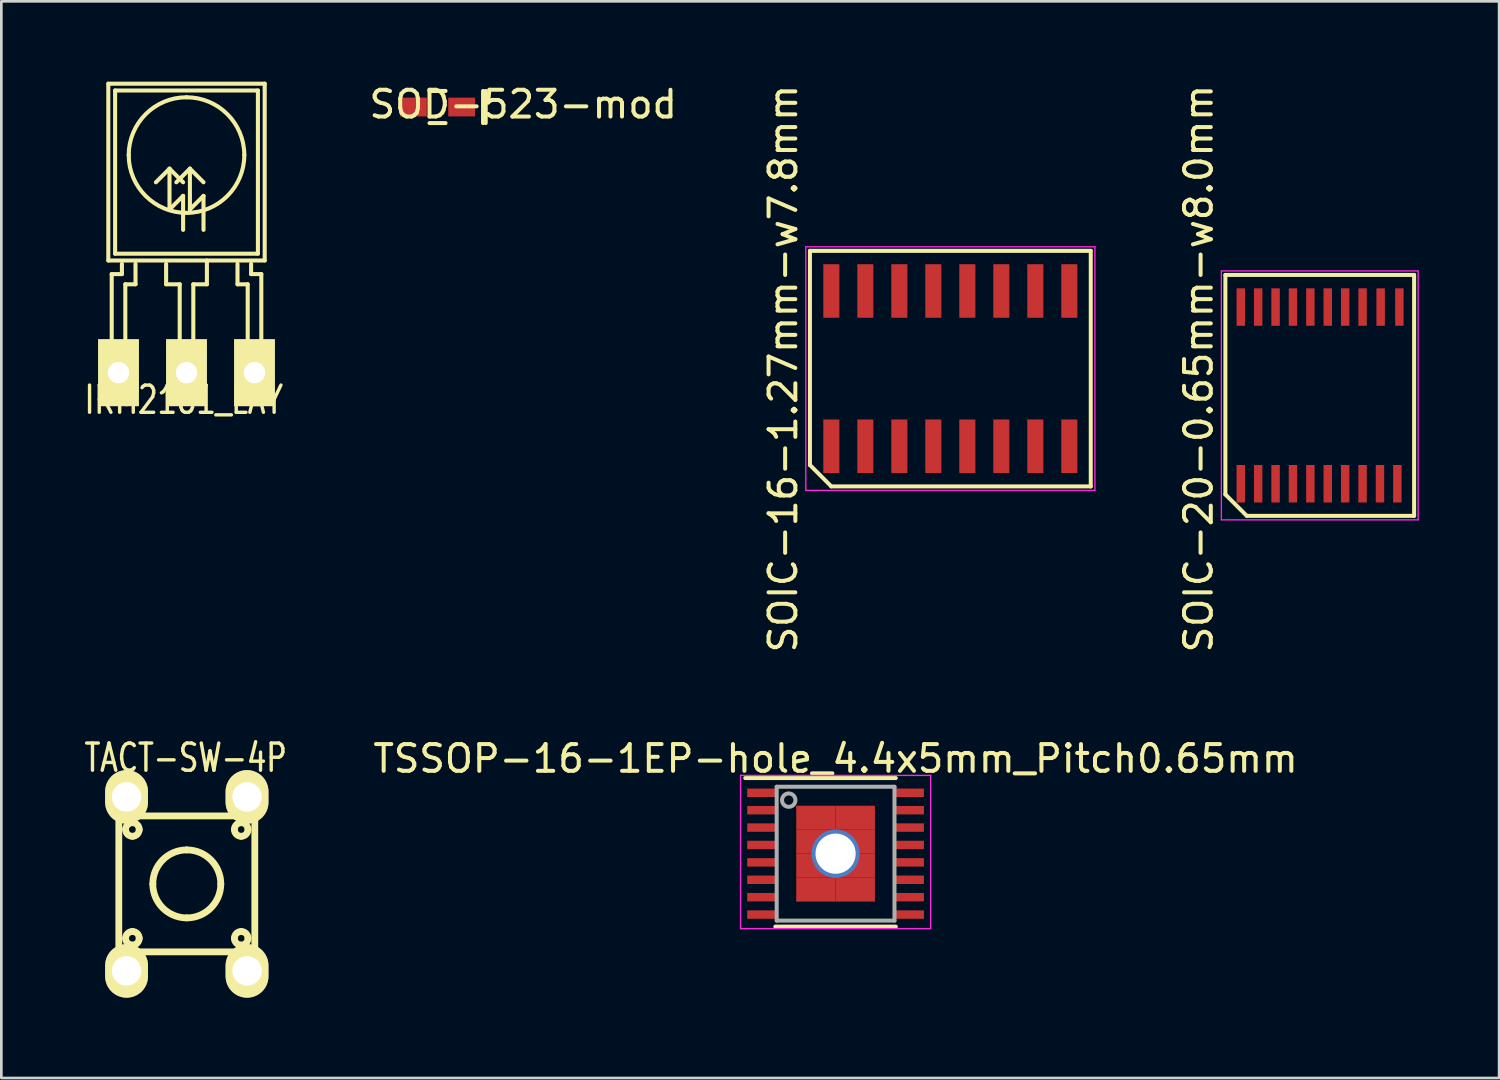
<source format=kicad_pcb>
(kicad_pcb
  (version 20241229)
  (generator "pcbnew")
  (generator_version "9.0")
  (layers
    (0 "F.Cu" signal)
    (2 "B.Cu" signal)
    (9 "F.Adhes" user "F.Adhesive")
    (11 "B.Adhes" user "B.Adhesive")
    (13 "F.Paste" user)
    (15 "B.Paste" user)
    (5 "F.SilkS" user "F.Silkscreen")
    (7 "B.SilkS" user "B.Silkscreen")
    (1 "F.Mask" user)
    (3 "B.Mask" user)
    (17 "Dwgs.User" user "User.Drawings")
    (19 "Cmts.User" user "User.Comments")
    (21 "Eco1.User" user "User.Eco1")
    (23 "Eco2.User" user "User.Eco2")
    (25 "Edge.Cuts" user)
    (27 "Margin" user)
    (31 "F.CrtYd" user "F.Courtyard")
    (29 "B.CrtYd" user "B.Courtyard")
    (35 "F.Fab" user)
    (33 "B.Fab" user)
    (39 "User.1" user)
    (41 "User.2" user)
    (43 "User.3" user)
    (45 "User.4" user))
  (footprint "TSSOP-16-1EP-hole_4.4x5mm_Pitch0.65mm"
    (layer "F.Cu")
    (at 28.163 28.839)
    (property "Reference" "TSSOP-16-1EP-hole_4.4x5mm_Pitch0.65mm" (at 0 -3.55 0) (layer "F.SilkS") (effects (font (size 1 1) (thickness 0.15))))
    (attr smd)
    (fp_line (start -3.375 -2.825) (end 2.25 -2.825) (stroke (width 0.15) (type solid)) (layer "F.SilkS"))
    (fp_line (start -2.25 2.725) (end 2.25 2.725) (stroke (width 0.15) (type solid)) (layer "F.SilkS"))
    (fp_line (start -3.55 -2.925) (end -3.55 2.8) (stroke (width 0.05) (type solid)) (layer "F.CrtYd"))
    (fp_line (start -3.55 -2.925) (end 3.55 -2.925) (stroke (width 0.05) (type solid)) (layer "F.CrtYd"))
    (fp_line (start -3.55 2.8) (end 3.55 2.8) (stroke (width 0.05) (type solid)) (layer "F.CrtYd"))
    (fp_line (start 3.55 -2.925) (end 3.55 2.8) (stroke (width 0.05) (type solid)) (layer "F.CrtYd"))
    (fp_line (start -2.2 -2.5) (end 2.2 -2.5) (stroke (width 0.15) (type solid)) (layer "F.Fab"))
    (fp_line (start -2.2 2.5) (end -2.2 -2.5) (stroke (width 0.15) (type solid)) (layer "F.Fab"))
    (fp_line (start 2.2 -2.5) (end 2.2 2.5) (stroke (width 0.15) (type solid)) (layer "F.Fab"))
    (fp_line (start 2.2 2.5) (end -2.2 2.5) (stroke (width 0.15) (type solid)) (layer "F.Fab"))
    (fp_circle (center -1.75 -2) (end -2 -2) (stroke (width 0.15) (type solid)) (fill no) (layer "F.Fab"))
    (pad "1" smd rect (at -2.775 -2.275) (size 1.05 0.315) (layers "F.Cu" "F.Mask" "F.Paste"))
    (pad "2" smd rect (at -2.775 -1.625) (size 1.05 0.315) (layers "F.Cu" "F.Mask" "F.Paste"))
    (pad "3" smd rect (at -2.775 -0.975) (size 1.05 0.315) (layers "F.Cu" "F.Mask" "F.Paste"))
    (pad "4" smd rect (at -2.775 -0.325) (size 1.05 0.315) (layers "F.Cu" "F.Mask" "F.Paste"))
    (pad "5" smd rect (at -2.775 0.325) (size 1.05 0.315) (layers "F.Cu" "F.Mask" "F.Paste"))
    (pad "6" smd rect (at -2.775 0.975) (size 1.05 0.315) (layers "F.Cu" "F.Mask" "F.Paste"))
    (pad "7" smd rect (at -2.775 1.625) (size 1.05 0.315) (layers "F.Cu" "F.Mask" "F.Paste"))
    (pad "8" smd rect (at -2.775 2.275) (size 1.05 0.315) (layers "F.Cu" "F.Mask" "F.Paste"))
    (pad "9" smd rect (at 2.775 2.275) (size 1.05 0.315) (layers "F.Cu" "F.Mask" "F.Paste"))
    (pad "10" smd rect (at 2.775 1.625) (size 1.05 0.315) (layers "F.Cu" "F.Mask" "F.Paste"))
    (pad "11" smd rect (at 2.775 0.975) (size 1.05 0.315) (layers "F.Cu" "F.Mask" "F.Paste"))
    (pad "12" smd rect (at 2.775 0.325) (size 1.05 0.315) (layers "F.Cu" "F.Mask" "F.Paste"))
    (pad "13" smd rect (at 2.775 -0.325) (size 1.05 0.315) (layers "F.Cu" "F.Mask" "F.Paste"))
    (pad "14" smd rect (at 2.775 -0.975) (size 1.05 0.315) (layers "F.Cu" "F.Mask" "F.Paste"))
    (pad "15" smd rect (at 2.775 -1.625) (size 1.05 0.315) (layers "F.Cu" "F.Mask" "F.Paste"))
    (pad "16" smd rect (at 2.775 -2.275) (size 1.05 0.315) (layers "F.Cu" "F.Mask" "F.Paste"))
    (pad "17" smd rect (at -0.735 -1.343) (size 1.47 0.895) (layers "F.Cu" "F.Mask" "F.Paste"))
    (pad "17" smd rect (at -0.735 -0.448) (size 1.47 0.895) (layers "F.Cu" "F.Mask" "F.Paste"))
    (pad "17" smd rect (at -0.735 0.448) (size 1.47 0.895) (layers "F.Cu" "F.Mask" "F.Paste"))
    (pad "17" smd rect (at -0.735 1.343) (size 1.47 0.895) (layers "F.Cu" "F.Mask" "F.Paste"))
    (pad "17" thru_hole circle (at 0 0) (size 1.8 1.8) (drill 1.5) (layers "*.Cu" "*.Mask"))
    (pad "17" smd rect (at 0.735 -1.343) (size 1.47 0.895) (layers "F.Cu" "F.Mask" "F.Paste"))
    (pad "17" smd rect (at 0.735 -0.448) (size 1.47 0.895) (layers "F.Cu" "F.Mask" "F.Paste"))
    (pad "17" smd rect (at 0.735 0.448) (size 1.47 0.895) (layers "F.Cu" "F.Mask" "F.Paste"))
    (pad "17" smd rect (at 0.735 1.343) (size 1.47 0.895) (layers "F.Cu" "F.Mask" "F.Paste")))
  (footprint "SOD-523-mod"
    (layer "F.Cu")
    (at 13.294 0.948)
    (property "Reference" "SOD-523-mod" (at 3.2 -0.1 0) (layer "F.SilkS") (effects (font (size 1 1) (thickness 0.15))))
    (attr smd)
    (fp_line (start -0.3 -0.6) (end 0.3 -0.6) (stroke (width 0.15) (type solid)) (layer "F.SilkS"))
    (fp_line (start -0.3 0.6) (end 0.3 0.6) (stroke (width 0.15) (type solid)) (layer "F.SilkS"))
    (fp_line (start 1.7 -0.6) (end 1.7 0.6) (stroke (width 0.15) (type solid)) (layer "F.SilkS"))
    (fp_line (start 1.8 -0.6) (end 1.8 0.6) (stroke (width 0.15) (type solid)) (layer "F.SilkS"))
    (pad "1" smd rect (at 0.9 0) (size 1 0.7) (layers "F.Cu" "F.Mask" "F.Paste"))
    (pad "2" smd rect (at -0.9 0) (size 1 0.7) (layers "F.Cu" "F.Mask" "F.Paste")))
  (footprint "IRM2161_LAY"
    (layer "F.Cu")
    (at 3.917 10.871)
    (property "Reference" "IRM2161_LAY" (at -0.102 1.016 0) (layer "F.SilkS") (effects (font (size 1.016 0.762) (thickness 0.127))))
    (attr through_hole)
    (fp_line (start -2.921 -10.795) (end -2.921 -4.191) (stroke (width 0.152) (type solid)) (layer "F.SilkS"))
    (fp_line (start -2.921 -10.795) (end 2.921 -10.795) (stroke (width 0.152) (type solid)) (layer "F.SilkS"))
    (fp_line (start -2.921 -4.191) (end 2.921 -4.191) (stroke (width 0.152) (type solid)) (layer "F.SilkS"))
    (fp_line (start -2.794 -3.683) (end -2.413 -3.683) (stroke (width 0.152) (type solid)) (layer "F.SilkS"))
    (fp_line (start -2.794 -0.762) (end -2.794 -3.683) (stroke (width 0.152) (type solid)) (layer "F.SilkS"))
    (fp_line (start -2.667 -10.541) (end 2.667 -10.541) (stroke (width 0.152) (type solid)) (layer "F.SilkS"))
    (fp_line (start -2.667 -4.445) (end -2.667 -10.541) (stroke (width 0.152) (type solid)) (layer "F.SilkS"))
    (fp_line (start -2.413 -3.683) (end -2.413 -4.064) (stroke (width 0.152) (type solid)) (layer "F.SilkS"))
    (fp_line (start -2.286 -3.302) (end -1.905 -3.302) (stroke (width 0.152) (type solid)) (layer "F.SilkS"))
    (fp_line (start -2.286 -0.762) (end -2.286 -3.302) (stroke (width 0.152) (type solid)) (layer "F.SilkS"))
    (fp_line (start -1.905 -3.302) (end -1.905 -4.064) (stroke (width 0.152) (type solid)) (layer "F.SilkS"))
    (fp_line (start -0.762 -3.302) (end -0.762 -4.064) (stroke (width 0.152) (type solid)) (layer "F.SilkS"))
    (fp_line (start -0.635 -7.62) (end -1.143 -7.112) (stroke (width 0.152) (type solid)) (layer "F.SilkS"))
    (fp_line (start -0.635 -7.62) (end -0.127 -7.112) (stroke (width 0.152) (type solid)) (layer "F.SilkS"))
    (fp_line (start -0.635 -6.096) (end -0.635 -7.62) (stroke (width 0.152) (type solid)) (layer "F.SilkS"))
    (fp_line (start -0.635 -6.096) (end -0.127 -6.604) (stroke (width 0.152) (type solid)) (layer "F.SilkS"))
    (fp_line (start -0.254 -3.302) (end -0.762 -3.302) (stroke (width 0.152) (type solid)) (layer "F.SilkS"))
    (fp_line (start -0.254 -0.762) (end -0.254 -3.302) (stroke (width 0.152) (type solid)) (layer "F.SilkS"))
    (fp_line (start -0.127 -6.604) (end -0.127 -5.334) (stroke (width 0.152) (type solid)) (layer "F.SilkS"))
    (fp_line (start 0.127 -7.62) (end -0.381 -7.112) (stroke (width 0.152) (type solid)) (layer "F.SilkS"))
    (fp_line (start 0.127 -7.62) (end 0.635 -7.112) (stroke (width 0.152) (type solid)) (layer "F.SilkS"))
    (fp_line (start 0.127 -6.096) (end 0.127 -7.62) (stroke (width 0.152) (type solid)) (layer "F.SilkS"))
    (fp_line (start 0.127 -6.096) (end 0.635 -6.604) (stroke (width 0.152) (type solid)) (layer "F.SilkS"))
    (fp_line (start 0.254 -3.302) (end 0.762 -3.302) (stroke (width 0.152) (type solid)) (layer "F.SilkS"))
    (fp_line (start 0.254 -0.762) (end 0.254 -3.302) (stroke (width 0.152) (type solid)) (layer "F.SilkS"))
    (fp_line (start 0.635 -6.604) (end 0.635 -5.334) (stroke (width 0.152) (type solid)) (layer "F.SilkS"))
    (fp_line (start 0.762 -3.302) (end 0.762 -4.191) (stroke (width 0.152) (type solid)) (layer "F.SilkS"))
    (fp_line (start 1.905 -4.064) (end 1.905 -3.302) (stroke (width 0.152) (type solid)) (layer "F.SilkS"))
    (fp_line (start 1.905 -3.302) (end 2.286 -3.302) (stroke (width 0.152) (type solid)) (layer "F.SilkS"))
    (fp_line (start 2.286 -3.302) (end 2.286 -0.762) (stroke (width 0.152) (type solid)) (layer "F.SilkS"))
    (fp_line (start 2.413 -4.064) (end 2.413 -3.683) (stroke (width 0.152) (type solid)) (layer "F.SilkS"))
    (fp_line (start 2.413 -3.683) (end 2.794 -3.683) (stroke (width 0.152) (type solid)) (layer "F.SilkS"))
    (fp_line (start 2.667 -10.541) (end 2.667 -4.445) (stroke (width 0.152) (type solid)) (layer "F.SilkS"))
    (fp_line (start 2.667 -4.445) (end -2.667 -4.445) (stroke (width 0.152) (type solid)) (layer "F.SilkS"))
    (fp_line (start 2.794 -3.683) (end 2.794 -0.762) (stroke (width 0.152) (type solid)) (layer "F.SilkS"))
    (fp_line (start 2.921 -10.795) (end 2.921 -4.191) (stroke (width 0.152) (type solid)) (layer "F.SilkS"))
    (fp_arc (start -2.159 -8.128) (mid -1.526644 -9.654644) (end 0 -10.287) (stroke (width 0.1524) (type solid)) (layer "F.SilkS"))
    (fp_arc (start 0 -10.287) (mid 1.526644 -9.654644) (end 2.159 -8.128) (stroke (width 0.1524) (type solid)) (layer "F.SilkS"))
    (fp_arc (start 0 -5.969) (mid -1.526644 -6.601356) (end -2.159 -8.128) (stroke (width 0.1524) (type solid)) (layer "F.SilkS"))
    (fp_arc (start 2.159 -8.128) (mid 1.526644 -6.601356) (end 0 -5.969) (stroke (width 0.1524) (type solid)) (layer "F.SilkS"))
    (pad "1" thru_hole rect (at -2.54 0) (size 1.524 2.5) (drill 0.8) (layers "*.Cu" "*.Mask" "F.SilkS"))
    (pad "2" thru_hole rect (at 0 0) (size 1.524 2.5) (drill 0.8) (layers "*.Cu" "*.Mask" "F.SilkS"))
    (pad "3" thru_hole rect (at 2.54 0) (size 1.524 2.5) (drill 0.8) (layers "*.Cu" "*.Mask" "F.SilkS")))
  (footprint "TACT-SW-4P"
    (layer "F.Cu")
    (at 3.928 29.968)
    (property "Reference" "TACT-SW-4P" (at -0.04 -4.71 0) (layer "F.SilkS") (effects (font (size 1.016 0.762) (thickness 0.127))))
    (attr through_hole)
    (fp_line (start -2.54 -2.54) (end 2.54 -2.54) (stroke (width 0.254) (type solid)) (layer "F.SilkS"))
    (fp_line (start -2.54 2.54) (end -2.54 -2.54) (stroke (width 0.254) (type solid)) (layer "F.SilkS"))
    (fp_line (start 2.54 -2.54) (end 2.54 2.54) (stroke (width 0.254) (type solid)) (layer "F.SilkS"))
    (fp_line (start 2.54 2.54) (end -2.54 2.54) (stroke (width 0.254) (type solid)) (layer "F.SilkS"))
    (fp_arc (start -2.286 -2.032) (mid -2.211605 -2.211605) (end -2.032 -2.286) (stroke (width 0.254) (type solid)) (layer "F.SilkS"))
    (fp_arc (start -2.286 2.032) (mid -2.211605 1.852395) (end -2.032 1.778) (stroke (width 0.254) (type solid)) (layer "F.SilkS"))
    (fp_arc (start -2.032 -2.286) (mid -1.852395 -2.211605) (end -1.778 -2.032) (stroke (width 0.254) (type solid)) (layer "F.SilkS"))
    (fp_arc (start -2.032 -1.778) (mid -2.211605 -1.852395) (end -2.286 -2.032) (stroke (width 0.254) (type solid)) (layer "F.SilkS"))
    (fp_arc (start -2.032 1.778) (mid -1.852395 1.852395) (end -1.778 2.032) (stroke (width 0.254) (type solid)) (layer "F.SilkS"))
    (fp_arc (start -2.032 2.286) (mid -2.211605 2.211605) (end -2.286 2.032) (stroke (width 0.254) (type solid)) (layer "F.SilkS"))
    (fp_arc (start -1.778 -2.032) (mid -1.852395 -1.852395) (end -2.032 -1.778) (stroke (width 0.254) (type solid)) (layer "F.SilkS"))
    (fp_arc (start -1.778 2.032) (mid -1.852395 2.211605) (end -2.032 2.286) (stroke (width 0.254) (type solid)) (layer "F.SilkS"))
    (fp_arc (start -1.27 0) (mid -0.898026 -0.898026) (end 0 -1.27) (stroke (width 0.254) (type solid)) (layer "F.SilkS"))
    (fp_arc (start 0 -1.27) (mid 0.898026 -0.898026) (end 1.27 0) (stroke (width 0.254) (type solid)) (layer "F.SilkS"))
    (fp_arc (start 0 1.27) (mid -0.898026 0.898026) (end -1.27 0) (stroke (width 0.254) (type solid)) (layer "F.SilkS"))
    (fp_arc (start 1.27 0) (mid 0.898026 0.898026) (end 0 1.27) (stroke (width 0.254) (type solid)) (layer "F.SilkS"))
    (fp_arc (start 1.778 -2.032) (mid 1.852395 -2.211605) (end 2.032 -2.286) (stroke (width 0.254) (type solid)) (layer "F.SilkS"))
    (fp_arc (start 1.778 2.032) (mid 1.852395 1.852395) (end 2.032 1.778) (stroke (width 0.254) (type solid)) (layer "F.SilkS"))
    (fp_arc (start 2.032 -2.286) (mid 2.211605 -2.211605) (end 2.286 -2.032) (stroke (width 0.254) (type solid)) (layer "F.SilkS"))
    (fp_arc (start 2.032 -1.778) (mid 1.852395 -1.852395) (end 1.778 -2.032) (stroke (width 0.254) (type solid)) (layer "F.SilkS"))
    (fp_arc (start 2.032 1.778) (mid 2.211605 1.852395) (end 2.286 2.032) (stroke (width 0.254) (type solid)) (layer "F.SilkS"))
    (fp_arc (start 2.032 2.286) (mid 1.852395 2.211605) (end 1.778 2.032) (stroke (width 0.254) (type solid)) (layer "F.SilkS"))
    (fp_arc (start 2.286 -2.032) (mid 2.211605 -1.852395) (end 2.032 -1.778) (stroke (width 0.254) (type solid)) (layer "F.SilkS"))
    (fp_arc (start 2.286 2.032) (mid 2.211605 2.211605) (end 2.032 2.286) (stroke (width 0.254) (type solid)) (layer "F.SilkS"))
    (pad "0" thru_hole oval (at -2.25 -3.25) (size 1.6 2) (drill 1.1) (layers "*.Cu" "*.Mask" "F.SilkS"))
    (pad "0" thru_hole oval (at 2.25 -3.25) (size 1.6 2) (drill 1.1) (layers "*.Cu" "*.Mask" "F.SilkS"))
    (pad "1" thru_hole oval (at -2.25 3.25) (size 1.6 2) (drill 1.1) (layers "*.Cu" "*.Mask" "F.SilkS"))
    (pad "2" thru_hole oval (at 2.25 3.25) (size 1.6 2) (drill 1.1) (layers "*.Cu" "*.Mask" "F.SilkS")))
  (footprint "SOIC-16-1.27mm-w7.8mm"
    (layer "F.Cu")
    (at 32.45 10.72)
    (property "Reference" "SOIC-16-1.27mm-w7.8mm" (at -6.245 0 90) (layer "F.SilkS") (effects (font (size 1 1) (thickness 0.15))))
    (attr smd)
    (fp_line (start -5.245 -4.4) (end 5.245 -4.4) (stroke (width 0.15) (type solid)) (layer "F.SilkS"))
    (fp_line (start -5.245 3.6) (end -5.245 -4.4) (stroke (width 0.15) (type solid)) (layer "F.SilkS"))
    (fp_line (start -4.445 4.4) (end -5.245 3.6) (stroke (width 0.15) (type solid)) (layer "F.SilkS"))
    (fp_line (start 5.245 -4.4) (end 5.245 4.4) (stroke (width 0.15) (type solid)) (layer "F.SilkS"))
    (fp_line (start 5.245 4.4) (end -4.445 4.4) (stroke (width 0.15) (type solid)) (layer "F.SilkS"))
    (fp_line (start -5.4 -4.55) (end 5.4 -4.55) (stroke (width 0.05) (type solid)) (layer "F.CrtYd"))
    (fp_line (start -5.4 4.55) (end -5.4 -4.55) (stroke (width 0.05) (type solid)) (layer "F.CrtYd"))
    (fp_line (start 5.4 -4.55) (end 5.4 4.55) (stroke (width 0.05) (type solid)) (layer "F.CrtYd"))
    (fp_line (start 5.4 4.55) (end -5.4 4.55) (stroke (width 0.05) (type solid)) (layer "F.CrtYd"))
    (pad "1" smd rect (at -4.445 2.9) (size 0.6 2) (layers "F.Cu" "F.Mask" "F.Paste"))
    (pad "2" smd rect (at -3.175 2.9) (size 0.6 2) (layers "F.Cu" "F.Mask" "F.Paste"))
    (pad "3" smd rect (at -1.905 2.9) (size 0.6 2) (layers "F.Cu" "F.Mask" "F.Paste"))
    (pad "4" smd rect (at -0.635 2.9) (size 0.6 2) (layers "F.Cu" "F.Mask" "F.Paste"))
    (pad "5" smd rect (at 0.635 2.9) (size 0.6 2) (layers "F.Cu" "F.Mask" "F.Paste"))
    (pad "6" smd rect (at 1.905 2.9) (size 0.6 2) (layers "F.Cu" "F.Mask" "F.Paste"))
    (pad "7" smd rect (at 3.175 2.9) (size 0.6 2) (layers "F.Cu" "F.Mask" "F.Paste"))
    (pad "8" smd rect (at 4.445 2.9) (size 0.6 2) (layers "F.Cu" "F.Mask" "F.Paste"))
    (pad "9" smd rect (at 4.445 -2.9) (size 0.6 2) (layers "F.Cu" "F.Mask" "F.Paste"))
    (pad "10" smd rect (at 3.175 -2.9) (size 0.6 2) (layers "F.Cu" "F.Mask" "F.Paste"))
    (pad "11" smd rect (at 1.905 -2.9) (size 0.6 2) (layers "F.Cu" "F.Mask" "F.Paste"))
    (pad "12" smd rect (at 0.635 -2.9) (size 0.6 2) (layers "F.Cu" "F.Mask" "F.Paste"))
    (pad "13" smd rect (at -0.635 -2.9) (size 0.6 2) (layers "F.Cu" "F.Mask" "F.Paste"))
    (pad "14" smd rect (at -1.905 -2.9) (size 0.6 2) (layers "F.Cu" "F.Mask" "F.Paste"))
    (pad "15" smd rect (at -3.175 -2.9) (size 0.6 2) (layers "F.Cu" "F.Mask" "F.Paste"))
    (pad "16" smd rect (at -4.445 -2.9) (size 0.6 2) (layers "F.Cu" "F.Mask" "F.Paste")))
  (footprint "SOIC-20-0.65mm-w8.0mm"
    (layer "F.Cu")
    (at 46.224 11.72)
    (property "Reference" "SOIC-20-0.65mm-w8.0mm" (at -4.5 -1 90) (layer "F.SilkS") (effects (font (size 1 1) (thickness 0.15))))
    (attr smd)
    (fp_line (start -3.5 -4.5) (end 3.55 -4.5) (stroke (width 0.15) (type solid)) (layer "F.SilkS"))
    (fp_line (start -3.5 3.7) (end -3.5 -4.5) (stroke (width 0.15) (type solid)) (layer "F.SilkS"))
    (fp_line (start -2.7 4.5) (end -3.5 3.7) (stroke (width 0.15) (type solid)) (layer "F.SilkS"))
    (fp_line (start 3.55 -4.5) (end 3.55 4.5) (stroke (width 0.15) (type solid)) (layer "F.SilkS"))
    (fp_line (start 3.55 4.5) (end -2.7 4.5) (stroke (width 0.15) (type solid)) (layer "F.SilkS"))
    (fp_line (start -3.65 -4.65) (end 3.7 -4.65) (stroke (width 0.05) (type solid)) (layer "F.CrtYd"))
    (fp_line (start -3.65 4.65) (end -3.65 -4.65) (stroke (width 0.05) (type solid)) (layer "F.CrtYd"))
    (fp_line (start 3.7 -4.65) (end 3.7 4.65) (stroke (width 0.05) (type solid)) (layer "F.CrtYd"))
    (fp_line (start 3.7 4.65) (end -3.65 4.65) (stroke (width 0.05) (type solid)) (layer "F.CrtYd"))
    (pad "1" smd rect (at -2.925 3.3) (size 0.315 1.4) (layers "F.Cu" "F.Mask" "F.Paste"))
    (pad "2" smd rect (at -2.275 3.3) (size 0.315 1.4) (layers "F.Cu" "F.Mask" "F.Paste"))
    (pad "3" smd rect (at -1.625 3.3) (size 0.315 1.4) (layers "F.Cu" "F.Mask" "F.Paste"))
    (pad "4" smd rect (at -0.975 3.3) (size 0.315 1.4) (layers "F.Cu" "F.Mask" "F.Paste"))
    (pad "5" smd rect (at -0.325 3.3) (size 0.315 1.4) (layers "F.Cu" "F.Mask" "F.Paste"))
    (pad "6" smd rect (at 0.325 3.3) (size 0.315 1.4) (layers "F.Cu" "F.Mask" "F.Paste"))
    (pad "7" smd rect (at 0.975 3.3) (size 0.315 1.4) (layers "F.Cu" "F.Mask" "F.Paste"))
    (pad "8" smd rect (at 1.625 3.3) (size 0.315 1.4) (layers "F.Cu" "F.Mask" "F.Paste"))
    (pad "9" smd rect (at 2.275 3.3) (size 0.315 1.4) (layers "F.Cu" "F.Mask" "F.Paste"))
    (pad "10" smd rect (at 2.925 3.3) (size 0.315 1.4) (layers "F.Cu" "F.Mask" "F.Paste"))
    (pad "11" smd rect (at 3 -3.3) (size 0.315 1.4) (layers "F.Cu" "F.Mask" "F.Paste"))
    (pad "12" smd rect (at 2.3 -3.3) (size 0.315 1.4) (layers "F.Cu" "F.Mask" "F.Paste"))
    (pad "13" smd rect (at 1.625 -3.3) (size 0.315 1.4) (layers "F.Cu" "F.Mask" "F.Paste"))
    (pad "14" smd rect (at 0.975 -3.3) (size 0.315 1.4) (layers "F.Cu" "F.Mask" "F.Paste"))
    (pad "15" smd rect (at 0.325 -3.3) (size 0.315 1.4) (layers "F.Cu" "F.Mask" "F.Paste"))
    (pad "16" smd rect (at -0.325 -3.3) (size 0.315 1.4) (layers "F.Cu" "F.Mask" "F.Paste"))
    (pad "17" smd rect (at -0.975 -3.3) (size 0.315 1.4) (layers "F.Cu" "F.Mask" "F.Paste"))
    (pad "18" smd rect (at -1.625 -3.3) (size 0.315 1.4) (layers "F.Cu" "F.Mask" "F.Paste"))
    (pad "19" smd rect (at -2.275 -3.3) (size 0.315 1.4) (layers "F.Cu" "F.Mask" "F.Paste"))
    (pad "20" smd rect (at -2.925 -3.3) (size 0.315 1.4) (layers "F.Cu" "F.Mask" "F.Paste")))
  (gr_rect
    (start -3 -3)
    (end 52.949 37.218)
    (stroke (width 0.1) (type default))
    (fill no)
    (layer "Edge.Cuts")))
</source>
